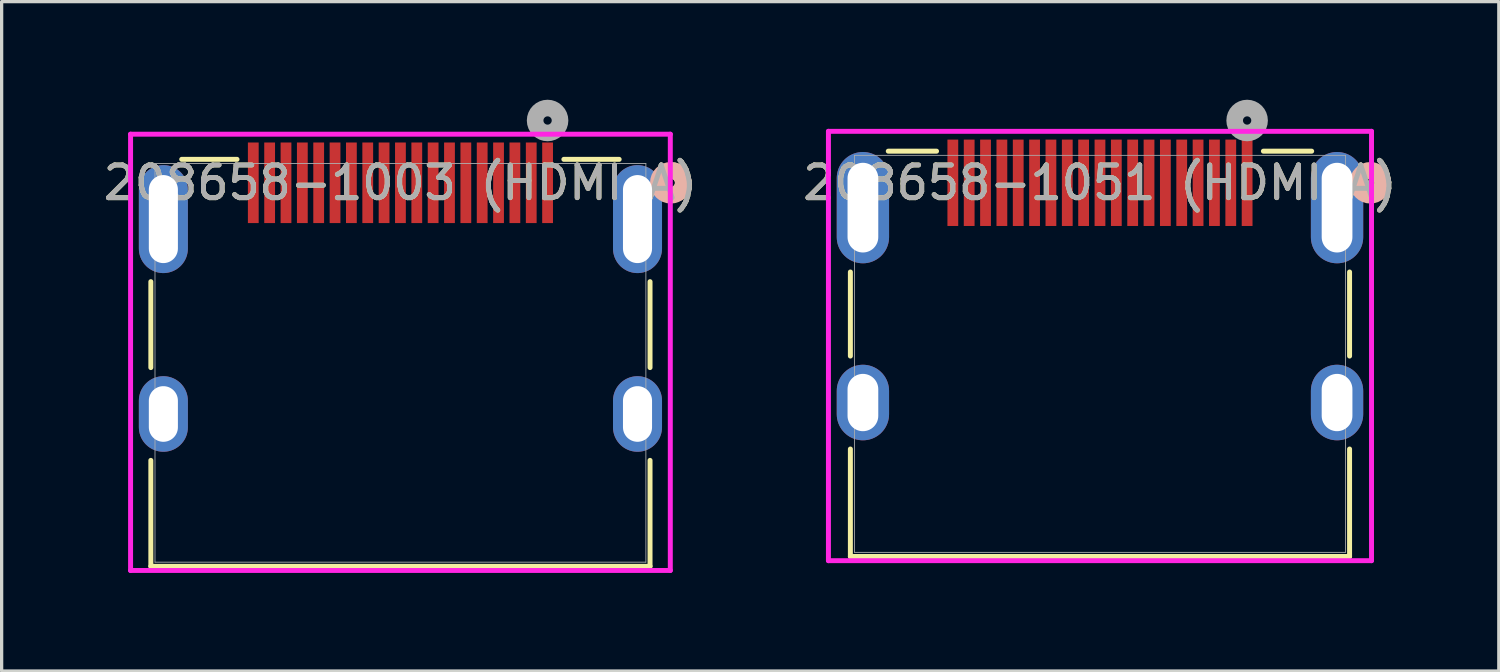
<source format=kicad_pcb>
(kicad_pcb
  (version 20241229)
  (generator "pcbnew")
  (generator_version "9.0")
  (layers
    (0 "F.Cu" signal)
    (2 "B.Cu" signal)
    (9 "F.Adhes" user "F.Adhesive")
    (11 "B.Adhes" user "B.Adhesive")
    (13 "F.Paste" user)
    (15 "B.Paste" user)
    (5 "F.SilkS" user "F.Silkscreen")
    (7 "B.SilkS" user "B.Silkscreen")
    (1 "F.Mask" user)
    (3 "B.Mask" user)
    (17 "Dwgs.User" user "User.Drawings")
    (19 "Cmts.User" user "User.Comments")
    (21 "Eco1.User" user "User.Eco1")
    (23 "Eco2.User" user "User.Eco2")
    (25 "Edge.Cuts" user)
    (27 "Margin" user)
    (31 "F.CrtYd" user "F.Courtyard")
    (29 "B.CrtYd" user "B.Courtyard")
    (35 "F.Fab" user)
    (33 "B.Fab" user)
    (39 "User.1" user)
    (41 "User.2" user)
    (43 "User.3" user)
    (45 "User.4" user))
  (footprint "208658-1003 (HDMI A)"
    (layer "F.Cu")
    (at 9.196 8.046)
    (property "Reference" "208658-1003 (HDMI A)" (at 0 -5.506 0) (unlocked yes) (layer "F.SilkS") (effects (font (size 1 1) (thickness 0.15))))
    (attr smd)
    (fp_line (start -7.633 -2.482) (end -7.633 0.145) (stroke (width 0.152) (type solid)) (layer "F.SilkS"))
    (fp_line (start -7.633 2.983) (end -7.633 6.223) (stroke (width 0.152) (type solid)) (layer "F.SilkS"))
    (fp_line (start -7.633 6.223) (end 7.633 6.223) (stroke (width 0.152) (type solid)) (layer "F.SilkS"))
    (fp_line (start -4.998 -6.223) (end -6.689 -6.223) (stroke (width 0.152) (type solid)) (layer "F.SilkS"))
    (fp_line (start 6.689 -6.223) (end 4.998 -6.223) (stroke (width 0.152) (type solid)) (layer "F.SilkS"))
    (fp_line (start 7.633 0.145) (end 7.633 -2.482) (stroke (width 0.152) (type solid)) (layer "F.SilkS"))
    (fp_line (start 7.633 6.223) (end 7.633 2.983) (stroke (width 0.152) (type solid)) (layer "F.SilkS"))
    (fp_arc (start 8.370944 -5.872746) (mid 8.571424 -5.736028) (end 8.6487 -5.506001) (stroke (width 0.508) (type solid)) (layer "F.SilkS"))
    (fp_arc (start 8.6487 -5.506001) (mid 8.61224 -5.343357) (end 8.509838 -5.211841) (stroke (width 0.508) (type solid)) (layer "F.SilkS"))
    (fp_circle (center 8.268 -5.506) (end 8.649 -5.506) (stroke (width 0.508) (type solid)) (fill no) (layer "B.SilkS"))
    (fp_line (start -8.253 -6.992) (end -8.253 6.35) (stroke (width 0.152) (type solid)) (layer "F.CrtYd"))
    (fp_line (start -8.253 6.35) (end 8.253 6.35) (stroke (width 0.152) (type solid)) (layer "F.CrtYd"))
    (fp_line (start 8.253 -6.992) (end -8.253 -6.992) (stroke (width 0.152) (type solid)) (layer "F.CrtYd"))
    (fp_line (start 8.253 6.35) (end 8.253 -6.992) (stroke (width 0.152) (type solid)) (layer "F.CrtYd"))
    (fp_line (start -7.506 -6.096) (end -7.506 6.096) (stroke (width 0.025) (type solid)) (layer "F.Fab"))
    (fp_line (start -7.506 6.096) (end 7.506 6.096) (stroke (width 0.025) (type solid)) (layer "F.Fab"))
    (fp_line (start 7.506 -6.096) (end -7.506 -6.096) (stroke (width 0.025) (type solid)) (layer "F.Fab"))
    (fp_line (start 7.506 6.096) (end 7.506 -6.096) (stroke (width 0.025) (type solid)) (layer "F.Fab"))
    (fp_circle (center 4.5 -7.411) (end 4.881 -7.411) (stroke (width 0.508) (type solid)) (fill no) (layer "F.Fab"))
    (fp_text user "${REFERENCE}" (at 0 -5.506 0) (unlocked yes) (layer "F.Fab") (effects (font (size 1 1) (thickness 0.15))))
    (pad "" np_thru_hole oval (at -7.25 -4.396) (size 1.499 3.302) (drill oval 0.889 2.692) (layers "*.Cu" "*.Mask"))
    (pad "" np_thru_hole oval (at -7.25 1.564) (size 1.499 2.311) (drill oval 0.889 1.702) (layers "*.Cu" "*.Mask"))
    (pad "" np_thru_hole oval (at 7.25 -4.396) (size 1.499 3.302) (drill oval 0.889 2.692) (layers "*.Cu" "*.Mask"))
    (pad "" np_thru_hole oval (at 7.25 1.564) (size 1.499 2.311) (drill oval 0.889 1.702) (layers "*.Cu" "*.Mask"))
    (pad "1" smd rect (at 4.5 -5.506) (size 0.33 2.464) (layers "F.Cu" "F.Mask" "F.Paste"))
    (pad "2" smd rect (at 4 -5.506) (size 0.33 2.464) (layers "F.Cu" "F.Mask" "F.Paste"))
    (pad "3" smd rect (at 3.5 -5.506) (size 0.33 2.464) (layers "F.Cu" "F.Mask" "F.Paste"))
    (pad "4" smd rect (at 3 -5.506) (size 0.33 2.464) (layers "F.Cu" "F.Mask" "F.Paste"))
    (pad "5" smd rect (at 2.5 -5.506) (size 0.33 2.464) (layers "F.Cu" "F.Mask" "F.Paste"))
    (pad "6" smd rect (at 2 -5.506) (size 0.33 2.464) (layers "F.Cu" "F.Mask" "F.Paste"))
    (pad "7" smd rect (at 1.5 -5.506) (size 0.33 2.464) (layers "F.Cu" "F.Mask" "F.Paste"))
    (pad "8" smd rect (at 1 -5.506) (size 0.33 2.464) (layers "F.Cu" "F.Mask" "F.Paste"))
    (pad "9" smd rect (at 0.5 -5.506) (size 0.33 2.464) (layers "F.Cu" "F.Mask" "F.Paste"))
    (pad "10" smd rect (at 0 -5.506) (size 0.33 2.464) (layers "F.Cu" "F.Mask" "F.Paste"))
    (pad "11" smd rect (at -0.5 -5.506) (size 0.33 2.464) (layers "F.Cu" "F.Mask" "F.Paste"))
    (pad "12" smd rect (at -1 -5.506) (size 0.33 2.464) (layers "F.Cu" "F.Mask" "F.Paste"))
    (pad "13" smd rect (at -1.5 -5.506) (size 0.33 2.464) (layers "F.Cu" "F.Mask" "F.Paste"))
    (pad "14" smd rect (at -2 -5.506) (size 0.33 2.464) (layers "F.Cu" "F.Mask" "F.Paste"))
    (pad "15" smd rect (at -2.5 -5.506) (size 0.33 2.464) (layers "F.Cu" "F.Mask" "F.Paste"))
    (pad "16" smd rect (at -3 -5.506) (size 0.33 2.464) (layers "F.Cu" "F.Mask" "F.Paste"))
    (pad "17" smd rect (at -3.5 -5.506) (size 0.33 2.464) (layers "F.Cu" "F.Mask" "F.Paste"))
    (pad "18" smd rect (at -4 -5.506) (size 0.33 2.464) (layers "F.Cu" "F.Mask" "F.Paste"))
    (pad "19" smd rect (at -4.5 -5.506) (size 0.33 2.464) (layers "F.Cu" "F.Mask" "F.Paste")))
  (footprint "208658-1051 (HDMI A)"
    (layer "F.Cu")
    (at 30.589 7.771)
    (property "Reference" "208658-1051 (HDMI A)" (at 0 -5.231 0) (unlocked yes) (layer "F.SilkS") (effects (font (size 1 1) (thickness 0.15))))
    (attr smd)
    (fp_line (start -7.633 -2.503) (end -7.633 0.068) (stroke (width 0.152) (type solid)) (layer "F.SilkS"))
    (fp_line (start -7.633 2.911) (end -7.633 6.198) (stroke (width 0.152) (type solid)) (layer "F.SilkS"))
    (fp_line (start -7.633 6.198) (end 7.633 6.198) (stroke (width 0.152) (type solid)) (layer "F.SilkS"))
    (fp_line (start -4.998 -6.198) (end -6.474 -6.198) (stroke (width 0.152) (type solid)) (layer "F.SilkS"))
    (fp_line (start 6.474 -6.198) (end 4.998 -6.198) (stroke (width 0.152) (type solid)) (layer "F.SilkS"))
    (fp_line (start 7.633 0.068) (end 7.633 -2.503) (stroke (width 0.152) (type solid)) (layer "F.SilkS"))
    (fp_line (start 7.633 6.198) (end 7.633 2.911) (stroke (width 0.152) (type solid)) (layer "F.SilkS"))
    (fp_arc (start 8.556256 -5.479389) (mid 8.624842 -5.363304) (end 8.6487 -5.230599) (stroke (width 0.508) (type solid)) (layer "F.SilkS"))
    (fp_arc (start 8.6487 -5.230599) (mid 8.626009 -5.101077) (end 8.560638 -4.986984) (stroke (width 0.508) (type solid)) (layer "F.SilkS"))
    (fp_circle (center 8.268 -5.231) (end 8.649 -5.231) (stroke (width 0.508) (type solid)) (fill no) (layer "B.SilkS"))
    (fp_line (start -8.304 -6.805) (end -8.304 6.325) (stroke (width 0.152) (type solid)) (layer "F.CrtYd"))
    (fp_line (start -8.304 6.325) (end 8.304 6.325) (stroke (width 0.152) (type solid)) (layer "F.CrtYd"))
    (fp_line (start 8.304 -6.805) (end -8.304 -6.805) (stroke (width 0.152) (type solid)) (layer "F.CrtYd"))
    (fp_line (start 8.304 6.325) (end 8.304 -6.805) (stroke (width 0.152) (type solid)) (layer "F.CrtYd"))
    (fp_line (start -7.506 -6.071) (end -7.506 6.071) (stroke (width 0.025) (type solid)) (layer "F.Fab"))
    (fp_line (start -7.506 6.071) (end 7.506 6.071) (stroke (width 0.025) (type solid)) (layer "F.Fab"))
    (fp_line (start 7.506 -6.071) (end -7.506 -6.071) (stroke (width 0.025) (type solid)) (layer "F.Fab"))
    (fp_line (start 7.506 6.071) (end 7.506 -6.071) (stroke (width 0.025) (type solid)) (layer "F.Fab"))
    (fp_circle (center 4.5 -7.136) (end 4.881 -7.136) (stroke (width 0.508) (type solid)) (fill no) (layer "F.Fab"))
    (fp_text user "${REFERENCE}" (at 0 -5.231 0) (unlocked yes) (layer "F.Fab") (effects (font (size 1 1) (thickness 0.15))))
    (pad "" np_thru_hole oval (at -7.25 -4.471) (size 1.6 3.404) (drill oval 0.94 2.743) (layers "*.Cu" "*.Mask"))
    (pad "" np_thru_hole oval (at -7.25 1.489) (size 1.6 2.311) (drill oval 0.94 1.753) (layers "*.Cu" "*.Mask"))
    (pad "" np_thru_hole oval (at 7.25 -4.471) (size 1.6 3.404) (drill oval 0.94 2.743) (layers "*.Cu" "*.Mask"))
    (pad "" np_thru_hole oval (at 7.25 1.489) (size 1.6 2.311) (drill oval 0.94 1.753) (layers "*.Cu" "*.Mask"))
    (pad "1" smd rect (at 4.5 -5.231) (size 0.33 2.642) (layers "F.Cu" "F.Mask" "F.Paste"))
    (pad "2" smd rect (at 4 -5.231) (size 0.33 2.642) (layers "F.Cu" "F.Mask" "F.Paste"))
    (pad "3" smd rect (at 3.5 -5.231) (size 0.33 2.642) (layers "F.Cu" "F.Mask" "F.Paste"))
    (pad "4" smd rect (at 3 -5.231) (size 0.33 2.642) (layers "F.Cu" "F.Mask" "F.Paste"))
    (pad "5" smd rect (at 2.5 -5.231) (size 0.33 2.642) (layers "F.Cu" "F.Mask" "F.Paste"))
    (pad "6" smd rect (at 2 -5.231) (size 0.33 2.642) (layers "F.Cu" "F.Mask" "F.Paste"))
    (pad "7" smd rect (at 1.5 -5.231) (size 0.33 2.642) (layers "F.Cu" "F.Mask" "F.Paste"))
    (pad "8" smd rect (at 1 -5.231) (size 0.33 2.642) (layers "F.Cu" "F.Mask" "F.Paste"))
    (pad "9" smd rect (at 0.5 -5.231) (size 0.33 2.642) (layers "F.Cu" "F.Mask" "F.Paste"))
    (pad "10" smd rect (at 0 -5.231) (size 0.33 2.642) (layers "F.Cu" "F.Mask" "F.Paste"))
    (pad "11" smd rect (at -0.5 -5.231) (size 0.33 2.642) (layers "F.Cu" "F.Mask" "F.Paste"))
    (pad "12" smd rect (at -1 -5.231) (size 0.33 2.642) (layers "F.Cu" "F.Mask" "F.Paste"))
    (pad "13" smd rect (at -1.5 -5.231) (size 0.33 2.642) (layers "F.Cu" "F.Mask" "F.Paste"))
    (pad "14" smd rect (at -2 -5.231) (size 0.33 2.642) (layers "F.Cu" "F.Mask" "F.Paste"))
    (pad "15" smd rect (at -2.5 -5.231) (size 0.33 2.642) (layers "F.Cu" "F.Mask" "F.Paste"))
    (pad "16" smd rect (at -3 -5.231) (size 0.33 2.642) (layers "F.Cu" "F.Mask" "F.Paste"))
    (pad "17" smd rect (at -3.5 -5.231) (size 0.33 2.642) (layers "F.Cu" "F.Mask" "F.Paste"))
    (pad "18" smd rect (at -4 -5.231) (size 0.33 2.642) (layers "F.Cu" "F.Mask" "F.Paste"))
    (pad "19" smd rect (at -4.5 -5.231) (size 0.33 2.642) (layers "F.Cu" "F.Mask" "F.Paste")))
  (gr_rect
    (start -3 -3)
    (end 42.786 17.472)
    (stroke (width 0.1) (type default))
    (fill no)
    (layer "Edge.Cuts")))
</source>
